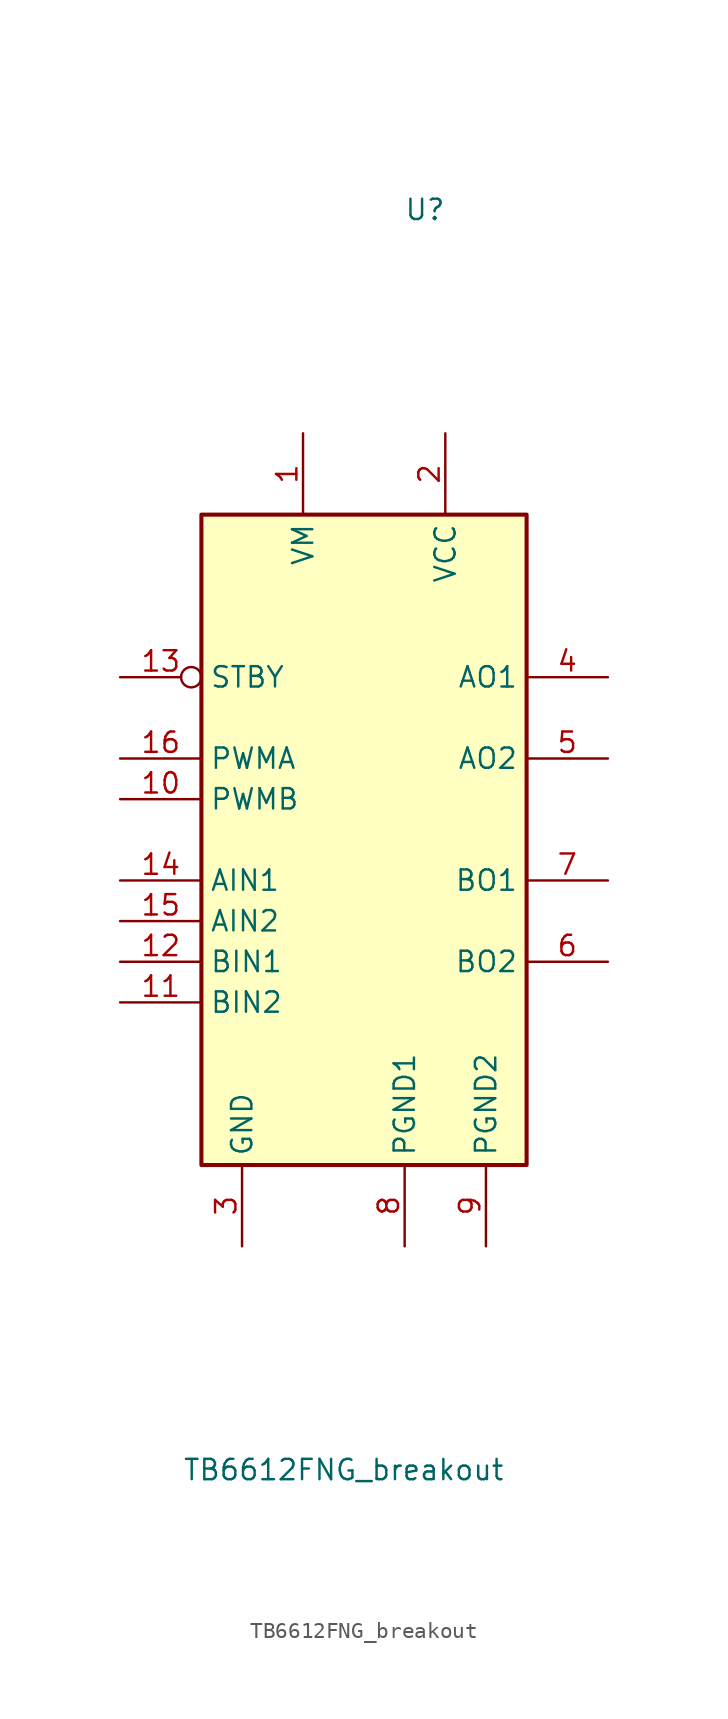
<source format=kicad_sym>
(kicad_symbol_lib
  (version 20211014)
  (generator kicad_symbol_editor)
  (symbol "TB6612FNG_breakout"
    (property "Reference" "U"
      (at 3.81 40.64 0)
      (effects (font (size 1.27 1.27))))
    (property "Value" "TB6612FNG_breakout"
      (at -1.27 -38.1 0)
      (effects (font (size 1.27 1.27))))
    (symbol "TB6612FNG_breakout_0_1"
      (rectangle (start -10.16 21.59) (end 10.16 -19.05) (stroke (width 0.254) (type default) (color 0 0 0 0)) (fill (type background))))
    (symbol "TB6612FNG_breakout_1_1"
      (pin power_in line (at -3.81 26.67 270) (length 5.08) (name "VM" (effects (font (size 1.27 1.27)))) (number "1" (effects (font (size 1.27 1.27)))))
      (pin input line (at -15.24 3.81 0) (length 5.08) (name "PWMB" (effects (font (size 1.27 1.27)))) (number "10" (effects (font (size 1.27 1.27)))))
      (pin input line (at -15.24 -8.89 0) (length 5.08) (name "BIN2" (effects (font (size 1.27 1.27)))) (number "11" (effects (font (size 1.27 1.27)))))
      (pin input line (at -15.24 -6.35 0) (length 5.08) (name "BIN1" (effects (font (size 1.27 1.27)))) (number "12" (effects (font (size 1.27 1.27)))))
      (pin input inverted (at -15.24 11.43 0) (length 5.08) (name "STBY" (effects (font (size 1.27 1.27)))) (number "13" (effects (font (size 1.27 1.27)))))
      (pin input line (at -15.24 -1.27 0) (length 5.08) (name "AIN1" (effects (font (size 1.27 1.27)))) (number "14" (effects (font (size 1.27 1.27)))))
      (pin input line (at -15.24 -3.81 0) (length 5.08) (name "AIN2" (effects (font (size 1.27 1.27)))) (number "15" (effects (font (size 1.27 1.27)))))
      (pin input line (at -15.24 6.35 0) (length 5.08) (name "PWMA" (effects (font (size 1.27 1.27)))) (number "16" (effects (font (size 1.27 1.27)))))
      (pin power_in line (at 5.08 26.67 270) (length 5.08) (name "VCC" (effects (font (size 1.27 1.27)))) (number "2" (effects (font (size 1.27 1.27)))))
      (pin power_in line (at -7.62 -24.13 90) (length 5.08) (name "GND" (effects (font (size 1.27 1.27)))) (number "3" (effects (font (size 1.27 1.27)))))
      (pin output line (at 15.24 11.43 180) (length 5.08) (name "AO1" (effects (font (size 1.27 1.27)))) (number "4" (effects (font (size 1.27 1.27)))))
      (pin output line (at 15.24 6.35 180) (length 5.08) (name "AO2" (effects (font (size 1.27 1.27)))) (number "5" (effects (font (size 1.27 1.27)))))
      (pin output line (at 15.24 -6.35 180) (length 5.08) (name "BO2" (effects (font (size 1.27 1.27)))) (number "6" (effects (font (size 1.27 1.27)))))
      (pin output line (at 15.24 -1.27 180) (length 5.08) (name "BO1" (effects (font (size 1.27 1.27)))) (number "7" (effects (font (size 1.27 1.27)))))
      (pin power_in line (at 2.54 -24.13 90) (length 5.08) (name "PGND1" (effects (font (size 1.27 1.27)))) (number "8" (effects (font (size 1.27 1.27)))))
      (pin power_in line (at 7.62 -24.13 90) (length 5.08) (name "PGND2" (effects (font (size 1.27 1.27)))) (number "9" (effects (font (size 1.27 1.27))))))))
</source>
